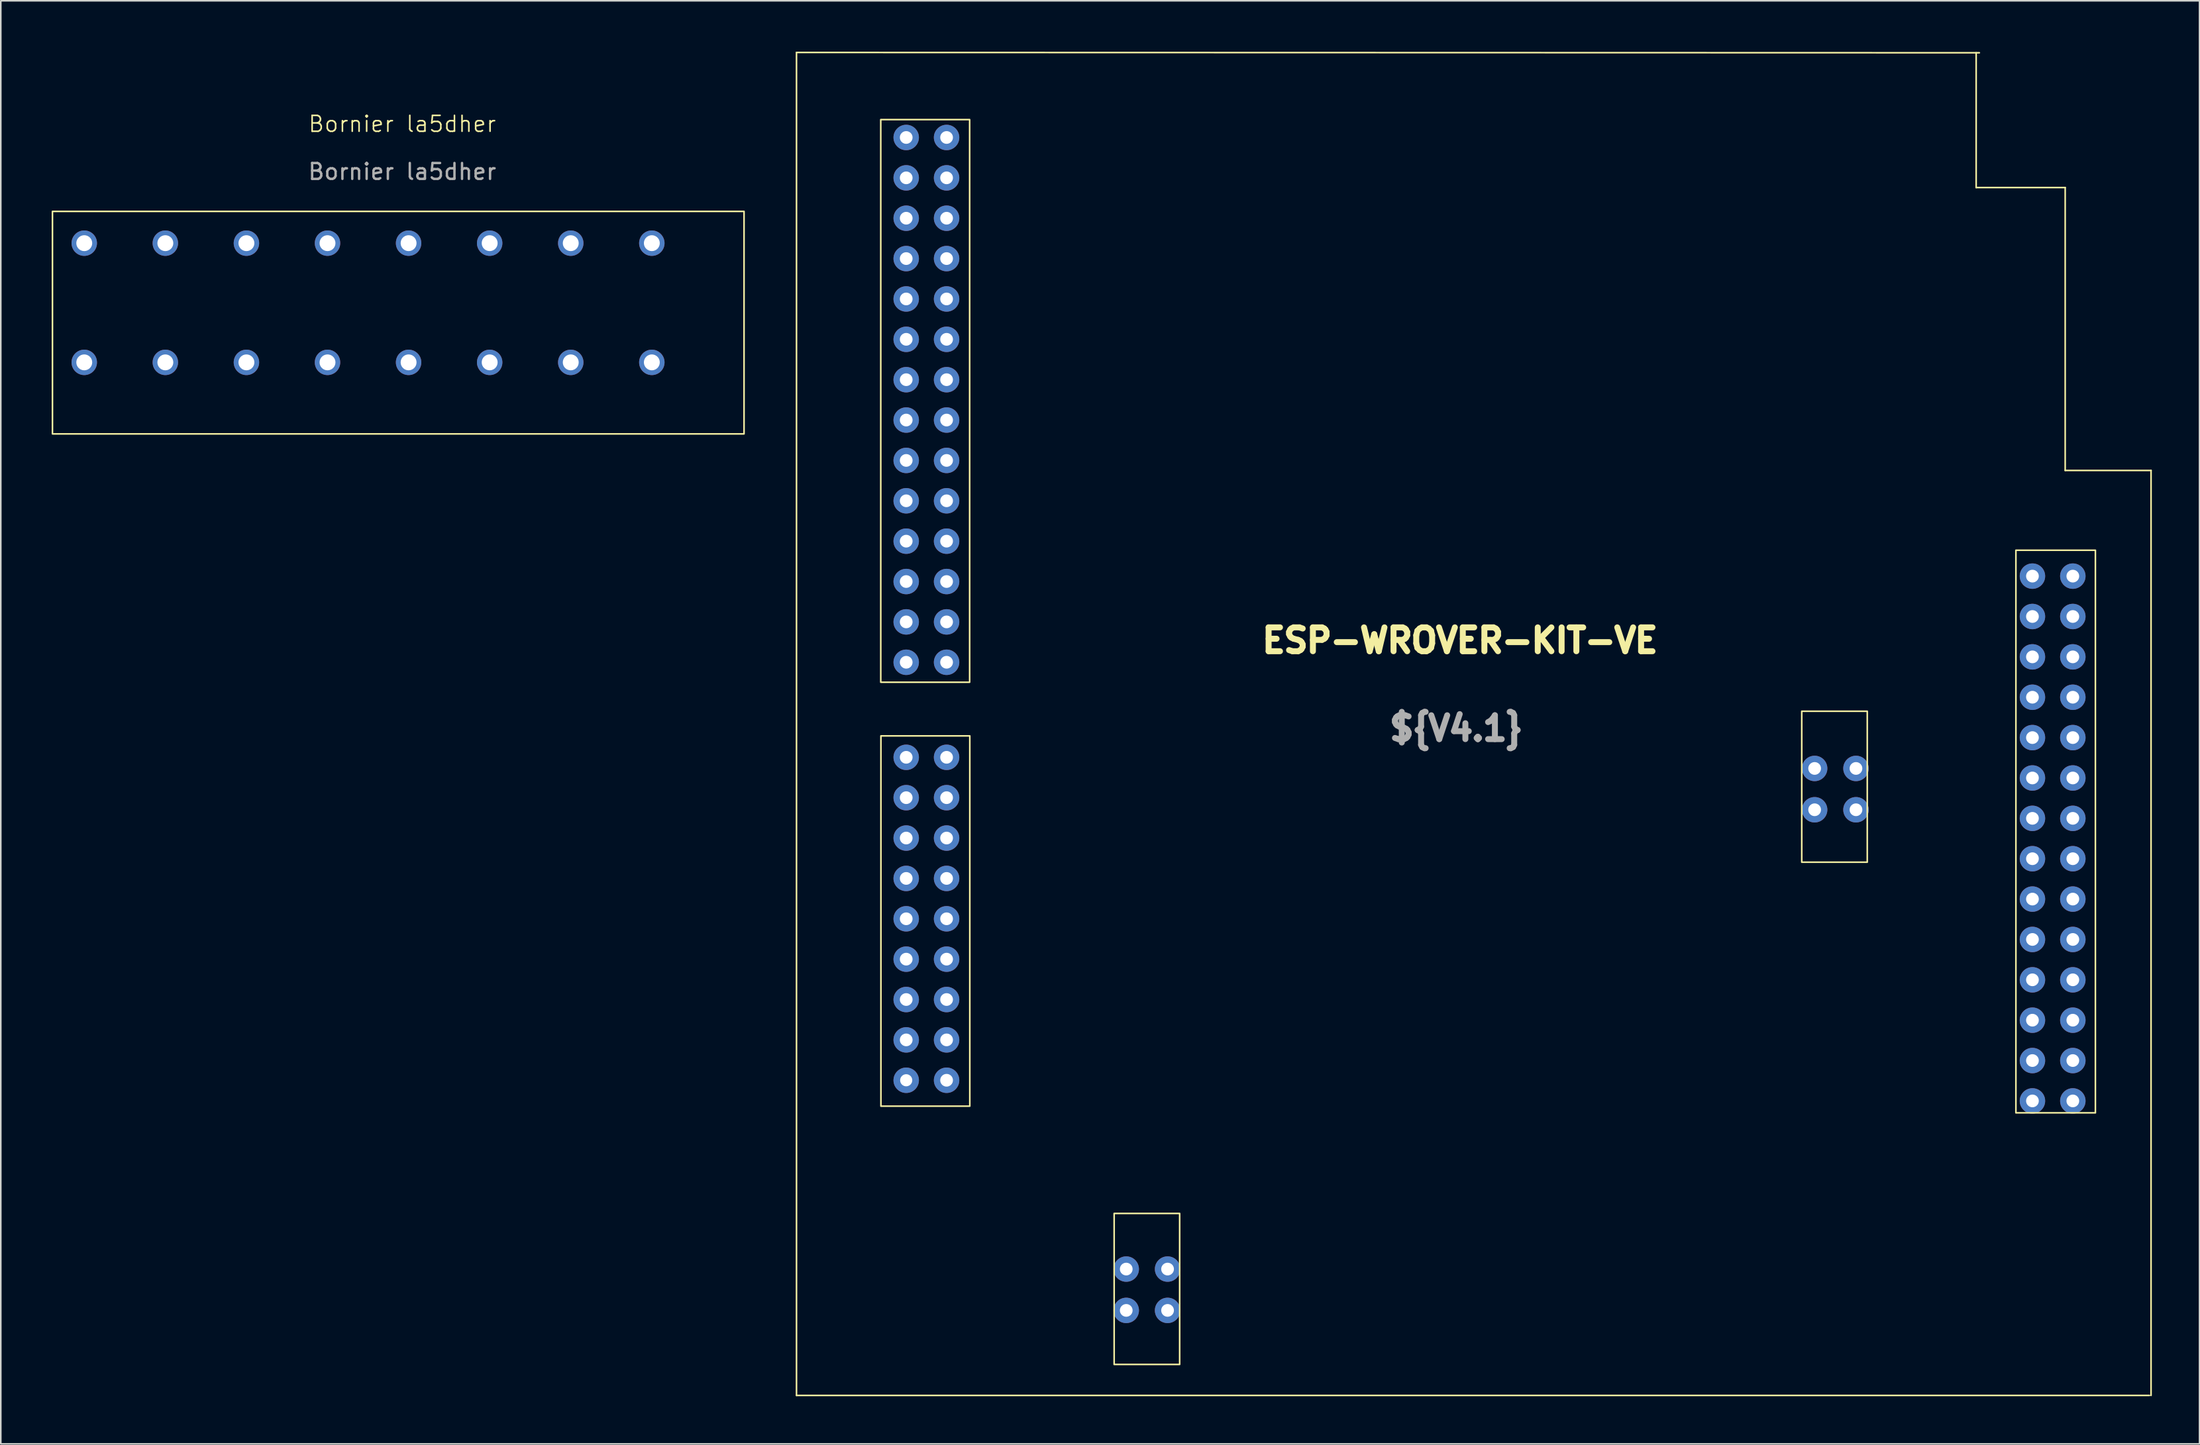
<source format=kicad_pcb>
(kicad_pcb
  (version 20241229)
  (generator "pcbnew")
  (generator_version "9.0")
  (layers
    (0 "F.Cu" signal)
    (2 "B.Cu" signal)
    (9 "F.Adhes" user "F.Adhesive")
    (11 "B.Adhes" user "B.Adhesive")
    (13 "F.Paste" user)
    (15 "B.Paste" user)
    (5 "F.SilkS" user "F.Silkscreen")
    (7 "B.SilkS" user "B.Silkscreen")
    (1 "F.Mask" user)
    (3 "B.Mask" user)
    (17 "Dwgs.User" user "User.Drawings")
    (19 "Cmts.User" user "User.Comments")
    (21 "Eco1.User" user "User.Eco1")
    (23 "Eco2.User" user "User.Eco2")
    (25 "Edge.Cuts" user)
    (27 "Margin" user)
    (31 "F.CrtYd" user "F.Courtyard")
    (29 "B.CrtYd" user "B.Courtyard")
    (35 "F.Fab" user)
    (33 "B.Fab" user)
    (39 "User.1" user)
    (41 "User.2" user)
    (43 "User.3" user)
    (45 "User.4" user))
  (footprint "ESP-WROVER-KIT-VE"
    (layer "F.Cu")
    (at 47.05 0.25)
    (property "Reference" "ESP-WROVER-KIT-VE" (at 41.732 37 0) (unlocked yes) (layer "F.SilkS") (effects (font (size 1.5 1.5) (thickness 0.375) (bold yes))))
    (attr through_hole)
    (fp_line (start 0 0) (end 0 84.5) (stroke (width 0.1) (type default)) (layer "F.SilkS"))
    (fp_line (start 0 0) (end 74.4 0.02) (stroke (width 0.1) (type default)) (layer "F.SilkS"))
    (fp_line (start 0 84.5) (end 85.1 84.5) (stroke (width 0.1) (type default)) (layer "F.SilkS"))
    (fp_line (start 74.2 8.5) (end 74.2 0.02) (stroke (width 0.1) (type default)) (layer "F.SilkS"))
    (fp_line (start 79.8 8.5) (end 74.2 8.5) (stroke (width 0.1) (type default)) (layer "F.SilkS"))
    (fp_line (start 79.8 26.3) (end 79.8 8.5) (stroke (width 0.1) (type default)) (layer "F.SilkS"))
    (fp_line (start 85.2 26.3) (end 79.8 26.3) (stroke (width 0.1) (type default)) (layer "F.SilkS"))
    (fp_line (start 85.2 84.5) (end 85.2 26.3) (stroke (width 0.1) (type default)) (layer "F.SilkS"))
    (fp_rect (start 5.3 4.225) (end 10.89 39.625) (stroke (width 0.1) (type default)) (fill no) (layer "F.SilkS"))
    (fp_rect (start 5.31 43) (end 10.9 66.3) (stroke (width 0.1) (type default)) (fill no) (layer "F.SilkS"))
    (fp_rect (start 19.98 73.05) (end 24.1 82.55) (stroke (width 0.1) (type default)) (fill no) (layer "F.SilkS"))
    (fp_rect (start 63.23 41.45) (end 67.35 50.95) (stroke (width 0.1) (type default)) (fill no) (layer "F.SilkS"))
    (fp_rect (start 76.7 31.32) (end 81.7 66.72) (stroke (width 0.1) (type default)) (fill no) (layer "F.SilkS"))
    (fp_text user "${V4.1}" (at 41.5 42.53 0) (unlocked yes) (layer "F.Fab") (effects (font (size 1.5 1.5) (thickness 0.375) (bold yes))))
    (pad "1" thru_hole circle (at 6.9 5.35) (size 1.6 1.6) (drill 0.8) (layers "*.Cu" "*.Mask"))
    (pad "2" thru_hole circle (at 6.9 7.89) (size 1.6 1.6) (drill 0.8) (layers "*.Cu" "*.Mask"))
    (pad "3" thru_hole circle (at 6.9 10.43) (size 1.6 1.6) (drill 0.8) (layers "*.Cu" "*.Mask"))
    (pad "4" thru_hole circle (at 6.9 12.97) (size 1.6 1.6) (drill 0.8) (layers "*.Cu" "*.Mask"))
    (pad "5" thru_hole circle (at 6.9 15.51) (size 1.6 1.6) (drill 0.8) (layers "*.Cu" "*.Mask"))
    (pad "6" thru_hole circle (at 6.9 18.05) (size 1.6 1.6) (drill 0.8) (layers "*.Cu" "*.Mask"))
    (pad "7" thru_hole circle (at 6.9 20.59) (size 1.6 1.6) (drill 0.8) (layers "*.Cu" "*.Mask"))
    (pad "8" thru_hole circle (at 6.9 23.13) (size 1.6 1.6) (drill 0.8) (layers "*.Cu" "*.Mask"))
    (pad "9" thru_hole circle (at 6.9 25.67) (size 1.6 1.6) (drill 0.8) (layers "*.Cu" "*.Mask"))
    (pad "10" thru_hole circle (at 6.9 28.21) (size 1.6 1.6) (drill 0.8) (layers "*.Cu" "*.Mask"))
    (pad "11" thru_hole circle (at 6.9 30.75) (size 1.6 1.6) (drill 0.8) (layers "*.Cu" "*.Mask"))
    (pad "12" thru_hole circle (at 6.9 33.29) (size 1.6 1.6) (drill 0.8) (layers "*.Cu" "*.Mask"))
    (pad "13" thru_hole circle (at 6.9 35.83) (size 1.6 1.6) (drill 0.8) (layers "*.Cu" "*.Mask"))
    (pad "14" thru_hole circle (at 6.9 38.37) (size 1.6 1.6) (drill 0.8) (layers "*.Cu" "*.Mask"))
    (pad "15" thru_hole circle (at 9.44 5.35) (size 1.6 1.6) (drill 0.8) (layers "*.Cu" "*.Mask"))
    (pad "16" thru_hole circle (at 9.44 7.89) (size 1.6 1.6) (drill 0.8) (layers "*.Cu" "*.Mask"))
    (pad "17" thru_hole circle (at 9.44 10.43) (size 1.6 1.6) (drill 0.8) (layers "*.Cu" "*.Mask"))
    (pad "18" thru_hole circle (at 9.44 12.97) (size 1.6 1.6) (drill 0.8) (layers "*.Cu" "*.Mask"))
    (pad "19" thru_hole circle (at 9.44 15.51) (size 1.6 1.6) (drill 0.8) (layers "*.Cu" "*.Mask"))
    (pad "20" thru_hole circle (at 9.44 18.05) (size 1.6 1.6) (drill 0.8) (layers "*.Cu" "*.Mask"))
    (pad "21" thru_hole circle (at 9.44 20.59) (size 1.6 1.6) (drill 0.8) (layers "*.Cu" "*.Mask"))
    (pad "22" thru_hole circle (at 9.44 23.13) (size 1.6 1.6) (drill 0.8) (layers "*.Cu" "*.Mask"))
    (pad "23" thru_hole circle (at 9.44 25.67) (size 1.6 1.6) (drill 0.8) (layers "*.Cu" "*.Mask"))
    (pad "24" thru_hole circle (at 9.44 28.21) (size 1.6 1.6) (drill 0.8) (layers "*.Cu" "*.Mask"))
    (pad "25" thru_hole circle (at 9.44 30.75) (size 1.6 1.6) (drill 0.8) (layers "*.Cu" "*.Mask"))
    (pad "26" thru_hole circle (at 9.44 33.29) (size 1.6 1.6) (drill 0.8) (layers "*.Cu" "*.Mask"))
    (pad "27" thru_hole circle (at 9.44 35.83) (size 1.6 1.6) (drill 0.8) (layers "*.Cu" "*.Mask"))
    (pad "28" thru_hole circle (at 9.44 38.37) (size 1.6 1.6) (drill 0.8) (layers "*.Cu" "*.Mask"))
    (pad "29" thru_hole circle (at 6.9 44.35) (size 1.6 1.6) (drill 0.8) (layers "*.Cu" "*.Mask"))
    (pad "30" thru_hole circle (at 6.9 46.89) (size 1.6 1.6) (drill 0.8) (layers "*.Cu" "*.Mask"))
    (pad "31" thru_hole circle (at 6.9 49.43) (size 1.6 1.6) (drill 0.8) (layers "*.Cu" "*.Mask"))
    (pad "32" thru_hole circle (at 6.9 51.97) (size 1.6 1.6) (drill 0.8) (layers "*.Cu" "*.Mask"))
    (pad "33" thru_hole circle (at 6.9 54.51) (size 1.6 1.6) (drill 0.8) (layers "*.Cu" "*.Mask"))
    (pad "34" thru_hole circle (at 6.9 57.05) (size 1.6 1.6) (drill 0.8) (layers "*.Cu" "*.Mask"))
    (pad "35" thru_hole circle (at 6.9 59.59) (size 1.6 1.6) (drill 0.8) (layers "*.Cu" "*.Mask"))
    (pad "36" thru_hole circle (at 6.9 62.13) (size 1.6 1.6) (drill 0.8) (layers "*.Cu" "*.Mask"))
    (pad "37" thru_hole circle (at 6.9 64.67) (size 1.6 1.6) (drill 0.762) (layers "*.Cu" "*.Mask"))
    (pad "38" thru_hole circle (at 9.44 44.35) (size 1.6 1.6) (drill 0.8) (layers "*.Cu" "*.Mask"))
    (pad "39" thru_hole circle (at 9.44 46.89) (size 1.6 1.6) (drill 0.8) (layers "*.Cu" "*.Mask"))
    (pad "40" thru_hole circle (at 9.44 49.43) (size 1.6 1.6) (drill 0.8) (layers "*.Cu" "*.Mask"))
    (pad "41" thru_hole circle (at 9.44 51.97) (size 1.6 1.6) (drill 0.8) (layers "*.Cu" "*.Mask"))
    (pad "42" thru_hole circle (at 9.44 54.51) (size 1.6 1.6) (drill 0.8) (layers "*.Cu" "*.Mask"))
    (pad "43" thru_hole circle (at 9.44 57.05) (size 1.6 1.6) (drill 0.8) (layers "*.Cu" "*.Mask"))
    (pad "44" thru_hole circle (at 9.44 59.59) (size 1.6 1.6) (drill 0.8) (layers "*.Cu" "*.Mask"))
    (pad "45" thru_hole circle (at 9.44 62.13) (size 1.6 1.6) (drill 0.8) (layers "*.Cu" "*.Mask"))
    (pad "46" thru_hole circle (at 9.44 64.67) (size 1.6 1.6) (drill 0.8) (layers "*.Cu" "*.Mask"))
    (pad "47" thru_hole circle (at 77.74 32.95) (size 1.6 1.6) (drill 0.8) (layers "*.Cu" "*.Mask"))
    (pad "48" thru_hole circle (at 77.74 35.49) (size 1.6 1.6) (drill 0.8) (layers "*.Cu" "*.Mask"))
    (pad "49" thru_hole circle (at 77.74 38.03) (size 1.6 1.6) (drill 0.8) (layers "*.Cu" "*.Mask"))
    (pad "50" thru_hole circle (at 77.74 40.57) (size 1.6 1.6) (drill 0.8) (layers "*.Cu" "*.Mask"))
    (pad "51" thru_hole circle (at 77.74 43.11) (size 1.6 1.6) (drill 0.8) (layers "*.Cu" "*.Mask"))
    (pad "52" thru_hole circle (at 77.74 45.65) (size 1.6 1.6) (drill 0.8) (layers "*.Cu" "*.Mask"))
    (pad "53" thru_hole circle (at 77.74 48.19) (size 1.6 1.6) (drill 0.8) (layers "*.Cu" "*.Mask"))
    (pad "54" thru_hole circle (at 77.74 50.73) (size 1.6 1.6) (drill 0.8) (layers "*.Cu" "*.Mask"))
    (pad "55" thru_hole circle (at 77.74 53.27) (size 1.6 1.6) (drill 0.8) (layers "*.Cu" "*.Mask"))
    (pad "56" thru_hole circle (at 77.74 55.81) (size 1.6 1.6) (drill 0.8) (layers "*.Cu" "*.Mask"))
    (pad "57" thru_hole circle (at 77.74 58.35) (size 1.6 1.6) (drill 0.8) (layers "*.Cu" "*.Mask"))
    (pad "58" thru_hole circle (at 77.74 60.89) (size 1.6 1.6) (drill 0.8) (layers "*.Cu" "*.Mask"))
    (pad "59" thru_hole circle (at 77.74 63.43) (size 1.6 1.6) (drill 0.8) (layers "*.Cu" "*.Mask"))
    (pad "60" thru_hole circle (at 77.74 65.97) (size 1.6 1.6) (drill 0.8) (layers "*.Cu" "*.Mask"))
    (pad "61" thru_hole circle (at 80.28 32.95) (size 1.6 1.6) (drill 0.8) (layers "*.Cu" "*.Mask"))
    (pad "62" thru_hole circle (at 80.28 35.49) (size 1.6 1.6) (drill 0.8) (layers "*.Cu" "*.Mask"))
    (pad "63" thru_hole circle (at 80.28 38.03) (size 1.6 1.6) (drill 0.8) (layers "*.Cu" "*.Mask"))
    (pad "64" thru_hole circle (at 80.28 40.57) (size 1.6 1.6) (drill 0.8) (layers "*.Cu" "*.Mask"))
    (pad "65" thru_hole circle (at 80.28 43.11) (size 1.6 1.6) (drill 0.8) (layers "*.Cu" "*.Mask"))
    (pad "66" thru_hole circle (at 80.28 45.65) (size 1.6 1.6) (drill 0.8) (layers "*.Cu" "*.Mask"))
    (pad "67" thru_hole circle (at 80.28 48.19) (size 1.6 1.6) (drill 0.8) (layers "*.Cu" "*.Mask"))
    (pad "68" thru_hole circle (at 80.28 50.73) (size 1.6 1.6) (drill 0.8) (layers "*.Cu" "*.Mask"))
    (pad "69" thru_hole circle (at 80.28 53.27) (size 1.6 1.6) (drill 0.8) (layers "*.Cu" "*.Mask"))
    (pad "70" thru_hole circle (at 80.28 55.81) (size 1.6 1.6) (drill 0.8) (layers "*.Cu" "*.Mask"))
    (pad "71" thru_hole circle (at 80.28 58.35) (size 1.6 1.6) (drill 0.8) (layers "*.Cu" "*.Mask"))
    (pad "72" thru_hole circle (at 80.28 60.89) (size 1.6 1.6) (drill 0.8) (layers "*.Cu" "*.Mask"))
    (pad "73" thru_hole circle (at 80.28 63.43) (size 1.6 1.6) (drill 0.8) (layers "*.Cu" "*.Mask"))
    (pad "74" thru_hole circle (at 80.28 65.97) (size 1.6 1.6) (drill 0.8) (layers "*.Cu" "*.Mask"))
    (pad "75" thru_hole circle (at 64.04 45.05) (size 1.6 1.6) (drill 0.8) (layers "*.Cu" "*.Mask"))
    (pad "76" thru_hole circle (at 64.04 47.65) (size 1.6 1.6) (drill 0.8) (layers "*.Cu" "*.Mask"))
    (pad "77" thru_hole circle (at 66.64 45.05) (size 1.6 1.6) (drill 0.8) (layers "*.Cu" "*.Mask"))
    (pad "78" thru_hole circle (at 66.64 47.65) (size 1.6 1.6) (drill 0.8) (layers "*.Cu" "*.Mask"))
    (pad "79" thru_hole circle (at 20.74 76.55) (size 1.6 1.6) (drill 0.8) (layers "*.Cu" "*.Mask"))
    (pad "80" thru_hole circle (at 20.74 79.15) (size 1.6 1.6) (drill 0.8) (layers "*.Cu" "*.Mask"))
    (pad "81" thru_hole circle (at 23.34 76.55) (size 1.6 1.6) (drill 0.8) (layers "*.Cu" "*.Mask"))
    (pad "82" thru_hole circle (at 23.34 79.15) (size 1.6 1.6) (drill 0.8) (layers "*.Cu" "*.Mask")))
  (footprint "Bornier la5dher"
    (layer "F.Cu")
    (at 0.25 0.25)
    (property "Reference" "Bornier la5dher" (at 22 4.5 0) (unlocked yes) (layer "F.SilkS") (effects (font (size 1 1) (thickness 0.1))))
    (attr through_hole)
    (fp_rect (start 43.5 10) (end 0 24) (stroke (width 0.1) (type default)) (fill no) (layer "F.SilkS"))
    (fp_text user "${REFERENCE}" (at 22 7.5 0) (unlocked yes) (layer "F.Fab") (effects (font (size 1 1) (thickness 0.15))))
    (pad "13" thru_hole circle (at 37.7 12) (size 1.6 1.6) (drill 1) (layers "*.Cu" "*.Mask"))
    (pad "13" thru_hole circle (at 37.7 19.5) (size 1.6 1.6) (drill 1) (layers "*.Cu" "*.Mask"))
    (pad "14" thru_hole circle (at 32.6 12) (size 1.6 1.6) (drill 1) (layers "*.Cu" "*.Mask"))
    (pad "14" thru_hole circle (at 32.6 19.5) (size 1.6 1.6) (drill 1) (layers "*.Cu" "*.Mask"))
    (pad "15" thru_hole circle (at 27.5 12) (size 1.6 1.6) (drill 1) (layers "*.Cu" "*.Mask"))
    (pad "15" thru_hole circle (at 27.5 19.5) (size 1.6 1.6) (drill 1) (layers "*.Cu" "*.Mask"))
    (pad "16" thru_hole circle (at 22.4 12) (size 1.6 1.6) (drill 1) (layers "*.Cu" "*.Mask"))
    (pad "16" thru_hole circle (at 22.4 19.5) (size 1.6 1.6) (drill 1) (layers "*.Cu" "*.Mask"))
    (pad "17" thru_hole circle (at 17.3 12) (size 1.6 1.6) (drill 1) (layers "*.Cu" "*.Mask"))
    (pad "17" thru_hole circle (at 17.3 19.5) (size 1.6 1.6) (drill 1) (layers "*.Cu" "*.Mask"))
    (pad "18" thru_hole circle (at 12.2 12) (size 1.6 1.6) (drill 1) (layers "*.Cu" "*.Mask"))
    (pad "18" thru_hole circle (at 12.2 19.5) (size 1.6 1.6) (drill 1) (layers "*.Cu" "*.Mask"))
    (pad "19" thru_hole circle (at 7.1 12) (size 1.6 1.6) (drill 1) (layers "*.Cu" "*.Mask"))
    (pad "19" thru_hole circle (at 7.1 19.5) (size 1.6 1.6) (drill 1) (layers "*.Cu" "*.Mask"))
    (pad "20" thru_hole circle (at 2 12) (size 1.6 1.6) (drill 1) (layers "*.Cu" "*.Mask"))
    (pad "20" thru_hole circle (at 2 19.5) (size 1.6 1.6) (drill 1) (layers "*.Cu" "*.Mask")))
  (gr_rect
    (start -3 -3)
    (end 135.3 87.8)
    (stroke (width 0.1) (type default))
    (fill no)
    (layer "Edge.Cuts")))
</source>
